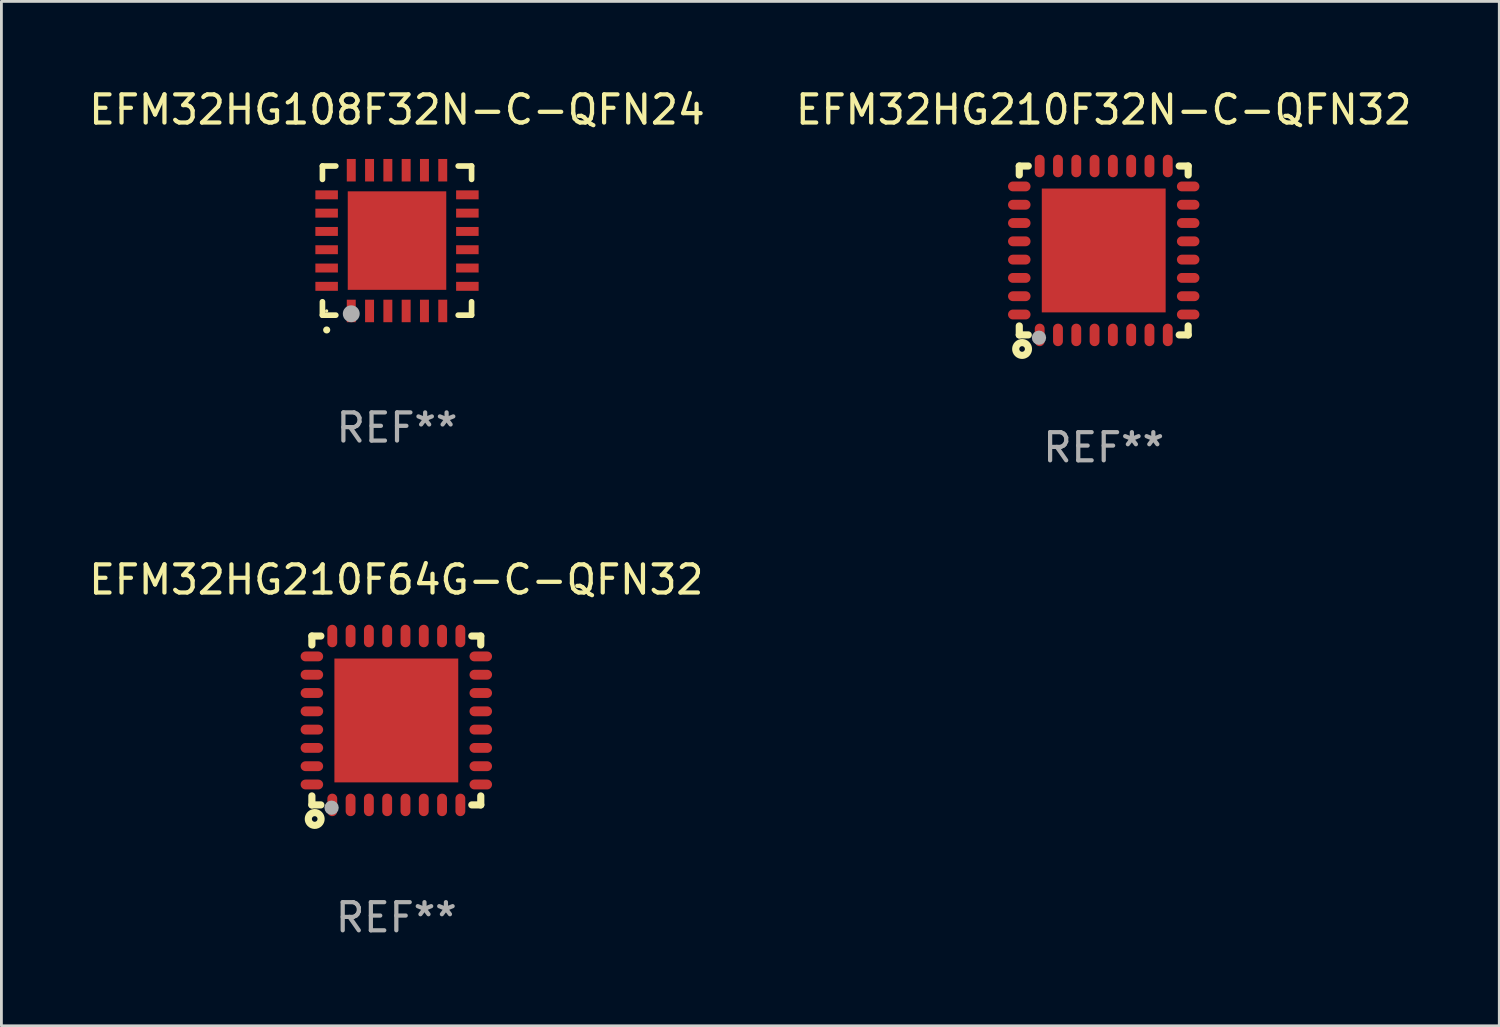
<source format=kicad_pcb>
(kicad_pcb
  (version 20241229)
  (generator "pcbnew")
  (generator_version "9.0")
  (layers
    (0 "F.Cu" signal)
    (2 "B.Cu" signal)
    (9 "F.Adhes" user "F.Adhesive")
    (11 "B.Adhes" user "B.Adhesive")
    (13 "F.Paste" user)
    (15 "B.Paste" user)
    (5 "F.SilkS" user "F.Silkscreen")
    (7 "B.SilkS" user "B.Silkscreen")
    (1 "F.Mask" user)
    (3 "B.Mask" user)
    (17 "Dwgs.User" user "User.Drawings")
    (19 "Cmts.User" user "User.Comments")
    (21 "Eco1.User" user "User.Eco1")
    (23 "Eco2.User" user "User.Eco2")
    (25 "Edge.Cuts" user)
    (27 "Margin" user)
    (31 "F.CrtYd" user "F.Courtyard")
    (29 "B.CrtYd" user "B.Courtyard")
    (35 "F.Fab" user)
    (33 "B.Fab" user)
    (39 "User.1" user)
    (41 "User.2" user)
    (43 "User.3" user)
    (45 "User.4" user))
  (footprint "EFM32HG108F32N-C-QFN24"
    (layer "F.Cu")
    (at 11.054 5.497)
    (property "Reference" "EFM32HG108F32N-C-QFN24" (at 0 -4.649 0) (layer "F.SilkS") (effects (font (size 1 1) (thickness 0.15))))
    (attr through_hole)
    (fp_line (start -2.649 -2.649) (end -2.649 -2.174) (stroke (width 0.201) (type solid)) (layer "F.SilkS"))
    (fp_line (start -2.649 2.649) (end -2.649 2.174) (stroke (width 0.201) (type solid)) (layer "F.SilkS"))
    (fp_line (start -2.174 -2.649) (end -2.649 -2.649) (stroke (width 0.201) (type solid)) (layer "F.SilkS"))
    (fp_line (start -2.174 2.649) (end -2.649 2.649) (stroke (width 0.201) (type solid)) (layer "F.SilkS"))
    (fp_line (start 2.649 -2.649) (end 2.174 -2.649) (stroke (width 0.201) (type solid)) (layer "F.SilkS"))
    (fp_line (start 2.649 -2.174) (end 2.649 -2.649) (stroke (width 0.201) (type solid)) (layer "F.SilkS"))
    (fp_line (start 2.649 2.174) (end 2.649 2.649) (stroke (width 0.201) (type solid)) (layer "F.SilkS"))
    (fp_line (start 2.649 2.649) (end 2.174 2.649) (stroke (width 0.201) (type solid)) (layer "F.SilkS"))
    (fp_arc (start -2.499365 3.175006) (mid -2.498095 3.175) (end -2.496825 3.175006) (stroke (width 0.24892) (type solid)) (layer "F.SilkS"))
    (fp_circle (center -2.5 2.5) (end -2.47 2.5) (stroke (width 0.06) (type solid)) (fill no) (layer "F.SilkS"))
    (fp_circle (center -1.625 2.6) (end -1.475 2.6) (stroke (width 0.3) (type solid)) (fill no) (layer "F.Fab"))
    (fp_text user "REF**" (at 0 6.649 0) (layer "F.Fab") (effects (font (size 1 1) (thickness 0.15))))
    (pad "1" smd rect (at -1.625 2.5 180) (size 0.318 0.8) (layers "F.Cu" "F.Mask" "F.Paste"))
    (pad "2" smd rect (at -0.975 2.5 180) (size 0.318 0.8) (layers "F.Cu" "F.Mask" "F.Paste"))
    (pad "3" smd rect (at -0.325 2.5 180) (size 0.318 0.8) (layers "F.Cu" "F.Mask" "F.Paste"))
    (pad "4" smd rect (at 0.325 2.5 180) (size 0.318 0.8) (layers "F.Cu" "F.Mask" "F.Paste"))
    (pad "5" smd rect (at 0.975 2.5 180) (size 0.318 0.8) (layers "F.Cu" "F.Mask" "F.Paste"))
    (pad "6" smd rect (at 1.625 2.5 180) (size 0.318 0.8) (layers "F.Cu" "F.Mask" "F.Paste"))
    (pad "7" smd rect (at 2.5 1.625 90) (size 0.318 0.8) (layers "F.Cu" "F.Mask" "F.Paste"))
    (pad "8" smd rect (at 2.5 0.975 90) (size 0.318 0.8) (layers "F.Cu" "F.Mask" "F.Paste"))
    (pad "9" smd rect (at 2.5 0.325 90) (size 0.318 0.8) (layers "F.Cu" "F.Mask" "F.Paste"))
    (pad "10" smd rect (at 2.5 -0.325 90) (size 0.318 0.8) (layers "F.Cu" "F.Mask" "F.Paste"))
    (pad "11" smd rect (at 2.5 -0.975 90) (size 0.318 0.8) (layers "F.Cu" "F.Mask" "F.Paste"))
    (pad "12" smd rect (at 2.5 -1.625 90) (size 0.318 0.8) (layers "F.Cu" "F.Mask" "F.Paste"))
    (pad "13" smd rect (at 1.625 -2.5 180) (size 0.318 0.8) (layers "F.Cu" "F.Mask" "F.Paste"))
    (pad "14" smd rect (at 0.975 -2.5 180) (size 0.318 0.8) (layers "F.Cu" "F.Mask" "F.Paste"))
    (pad "15" smd rect (at 0.325 -2.5 180) (size 0.318 0.8) (layers "F.Cu" "F.Mask" "F.Paste"))
    (pad "16" smd rect (at -0.325 -2.5 180) (size 0.318 0.8) (layers "F.Cu" "F.Mask" "F.Paste"))
    (pad "17" smd rect (at -0.975 -2.5 180) (size 0.318 0.8) (layers "F.Cu" "F.Mask" "F.Paste"))
    (pad "18" smd rect (at -1.625 -2.5 180) (size 0.318 0.8) (layers "F.Cu" "F.Mask" "F.Paste"))
    (pad "19" smd rect (at -2.5 -1.625 90) (size 0.318 0.8) (layers "F.Cu" "F.Mask" "F.Paste"))
    (pad "20" smd rect (at -2.5 -0.975 90) (size 0.318 0.8) (layers "F.Cu" "F.Mask" "F.Paste"))
    (pad "21" smd rect (at -2.5 -0.325 90) (size 0.318 0.8) (layers "F.Cu" "F.Mask" "F.Paste"))
    (pad "22" smd rect (at -2.5 0.325 90) (size 0.318 0.8) (layers "F.Cu" "F.Mask" "F.Paste"))
    (pad "23" smd rect (at -2.5 0.975 90) (size 0.318 0.8) (layers "F.Cu" "F.Mask" "F.Paste"))
    (pad "24" smd rect (at -2.5 1.625 90) (size 0.318 0.8) (layers "F.Cu" "F.Mask" "F.Paste"))
    (pad "25" smd rect (at 0.000203 0 90) (size 3.5 3.5) (layers "F.Cu" "F.Mask" "F.Paste")))
  (footprint "EFM32HG210F64G-C-QFN32"
    (layer "F.Cu")
    (at 11.03 22.545)
    (property "Reference" "EFM32HG210F64G-C-QFN32" (at 0 -5 0) (layer "F.SilkS") (effects (font (size 1 1) (thickness 0.15))))
    (attr through_hole)
    (fp_line (start -3 -3) (end -3 -2.681) (stroke (width 0.254) (type solid)) (layer "F.SilkS"))
    (fp_line (start -3 -3) (end -2.681 -3) (stroke (width 0.254) (type solid)) (layer "F.SilkS"))
    (fp_line (start -3 2.681) (end -3 3) (stroke (width 0.254) (type solid)) (layer "F.SilkS"))
    (fp_line (start -3 3) (end -2.681 3) (stroke (width 0.254) (type solid)) (layer "F.SilkS"))
    (fp_line (start 2.681 -3) (end 3 -3) (stroke (width 0.254) (type solid)) (layer "F.SilkS"))
    (fp_line (start 2.681 3) (end 3 3) (stroke (width 0.254) (type solid)) (layer "F.SilkS"))
    (fp_line (start 3 -3) (end 3 -2.681) (stroke (width 0.254) (type solid)) (layer "F.SilkS"))
    (fp_line (start 3 2.681) (end 3 3) (stroke (width 0.254) (type solid)) (layer "F.SilkS"))
    (fp_circle (center -3 3) (end -2.97 3) (stroke (width 0.06) (type solid)) (fill no) (layer "F.SilkS"))
    (fp_circle (center -2.9 3.5) (end -2.8 3.5) (stroke (width 0.254) (type solid)) (fill no) (layer "F.SilkS"))
    (fp_circle (center -2.3 3.1) (end -2.173 3.1) (stroke (width 0.254) (type solid)) (fill no) (layer "F.Fab"))
    (fp_text user "REF**" (at 0 7 0) (layer "F.Fab") (effects (font (size 1 1) (thickness 0.15))))
    (pad "1" smd oval (at -2.275 3 180) (size 0.35 0.8) (layers "F.Cu" "F.Mask" "F.Paste"))
    (pad "2" smd oval (at -1.625 3 180) (size 0.35 0.8) (layers "F.Cu" "F.Mask" "F.Paste"))
    (pad "3" smd oval (at -0.975 3 180) (size 0.35 0.8) (layers "F.Cu" "F.Mask" "F.Paste"))
    (pad "4" smd oval (at -0.325 3 180) (size 0.35 0.8) (layers "F.Cu" "F.Mask" "F.Paste"))
    (pad "5" smd oval (at 0.325 3 180) (size 0.35 0.8) (layers "F.Cu" "F.Mask" "F.Paste"))
    (pad "6" smd oval (at 0.975 3 180) (size 0.35 0.8) (layers "F.Cu" "F.Mask" "F.Paste"))
    (pad "7" smd oval (at 1.625 3 180) (size 0.35 0.8) (layers "F.Cu" "F.Mask" "F.Paste"))
    (pad "8" smd oval (at 2.275 3 180) (size 0.35 0.8) (layers "F.Cu" "F.Mask" "F.Paste"))
    (pad "9" smd oval (at 3 2.275 90) (size 0.35 0.8) (layers "F.Cu" "F.Mask" "F.Paste"))
    (pad "10" smd oval (at 3 1.625 90) (size 0.35 0.8) (layers "F.Cu" "F.Mask" "F.Paste"))
    (pad "11" smd oval (at 3 0.975 90) (size 0.35 0.8) (layers "F.Cu" "F.Mask" "F.Paste"))
    (pad "12" smd oval (at 3 0.325 90) (size 0.35 0.8) (layers "F.Cu" "F.Mask" "F.Paste"))
    (pad "13" smd oval (at 3 -0.325 90) (size 0.35 0.8) (layers "F.Cu" "F.Mask" "F.Paste"))
    (pad "14" smd oval (at 3 -0.975 90) (size 0.35 0.8) (layers "F.Cu" "F.Mask" "F.Paste"))
    (pad "15" smd oval (at 3 -1.625 90) (size 0.35 0.8) (layers "F.Cu" "F.Mask" "F.Paste"))
    (pad "16" smd oval (at 3 -2.275 90) (size 0.35 0.8) (layers "F.Cu" "F.Mask" "F.Paste"))
    (pad "17" smd oval (at 2.275 -3 180) (size 0.35 0.8) (layers "F.Cu" "F.Mask" "F.Paste"))
    (pad "18" smd oval (at 1.625 -3 180) (size 0.35 0.8) (layers "F.Cu" "F.Mask" "F.Paste"))
    (pad "19" smd oval (at 0.975 -3 180) (size 0.35 0.8) (layers "F.Cu" "F.Mask" "F.Paste"))
    (pad "20" smd oval (at 0.325 -3 180) (size 0.35 0.8) (layers "F.Cu" "F.Mask" "F.Paste"))
    (pad "21" smd oval (at -0.325 -3 180) (size 0.35 0.8) (layers "F.Cu" "F.Mask" "F.Paste"))
    (pad "22" smd oval (at -0.975 -3 180) (size 0.35 0.8) (layers "F.Cu" "F.Mask" "F.Paste"))
    (pad "23" smd oval (at -1.625 -3 180) (size 0.35 0.8) (layers "F.Cu" "F.Mask" "F.Paste"))
    (pad "24" smd oval (at -2.275 -3 180) (size 0.35 0.8) (layers "F.Cu" "F.Mask" "F.Paste"))
    (pad "25" smd oval (at -3 -2.275 90) (size 0.35 0.8) (layers "F.Cu" "F.Mask" "F.Paste"))
    (pad "26" smd oval (at -3 -1.625 90) (size 0.35 0.8) (layers "F.Cu" "F.Mask" "F.Paste"))
    (pad "27" smd oval (at -3 -0.975 90) (size 0.35 0.8) (layers "F.Cu" "F.Mask" "F.Paste"))
    (pad "28" smd oval (at -3 -0.325 90) (size 0.35 0.8) (layers "F.Cu" "F.Mask" "F.Paste"))
    (pad "29" smd oval (at -3 0.325 90) (size 0.35 0.8) (layers "F.Cu" "F.Mask" "F.Paste"))
    (pad "30" smd oval (at -3 0.975 90) (size 0.35 0.8) (layers "F.Cu" "F.Mask" "F.Paste"))
    (pad "31" smd oval (at -3 1.625 90) (size 0.35 0.8) (layers "F.Cu" "F.Mask" "F.Paste"))
    (pad "32" smd oval (at -3 2.275 90) (size 0.35 0.8) (layers "F.Cu" "F.Mask" "F.Paste"))
    (pad "33" smd rect (at 0.000038 0.000038 90) (size 4.4 4.4) (layers "F.Cu" "F.Mask" "F.Paste")))
  (footprint "EFM32HG210F32N-C-QFN32"
    (layer "F.Cu")
    (at 36.161 5.848)
    (property "Reference" "EFM32HG210F32N-C-QFN32" (at 0 -5 0) (layer "F.SilkS") (effects (font (size 1 1) (thickness 0.15))))
    (attr through_hole)
    (fp_line (start -3 -3) (end -3 -2.681) (stroke (width 0.254) (type solid)) (layer "F.SilkS"))
    (fp_line (start -3 -3) (end -2.681 -3) (stroke (width 0.254) (type solid)) (layer "F.SilkS"))
    (fp_line (start -3 2.681) (end -3 3) (stroke (width 0.254) (type solid)) (layer "F.SilkS"))
    (fp_line (start -3 3) (end -2.681 3) (stroke (width 0.254) (type solid)) (layer "F.SilkS"))
    (fp_line (start 2.681 -3) (end 3 -3) (stroke (width 0.254) (type solid)) (layer "F.SilkS"))
    (fp_line (start 2.681 3) (end 3 3) (stroke (width 0.254) (type solid)) (layer "F.SilkS"))
    (fp_line (start 3 -3) (end 3 -2.681) (stroke (width 0.254) (type solid)) (layer "F.SilkS"))
    (fp_line (start 3 2.681) (end 3 3) (stroke (width 0.254) (type solid)) (layer "F.SilkS"))
    (fp_circle (center -3 3) (end -2.97 3) (stroke (width 0.06) (type solid)) (fill no) (layer "F.SilkS"))
    (fp_circle (center -2.9 3.5) (end -2.8 3.5) (stroke (width 0.254) (type solid)) (fill no) (layer "F.SilkS"))
    (fp_circle (center -2.3 3.1) (end -2.173 3.1) (stroke (width 0.254) (type solid)) (fill no) (layer "F.Fab"))
    (fp_text user "REF**" (at 0 7 0) (layer "F.Fab") (effects (font (size 1 1) (thickness 0.15))))
    (pad "1" smd oval (at -2.275 3 180) (size 0.35 0.8) (layers "F.Cu" "F.Mask" "F.Paste"))
    (pad "2" smd oval (at -1.625 3 180) (size 0.35 0.8) (layers "F.Cu" "F.Mask" "F.Paste"))
    (pad "3" smd oval (at -0.975 3 180) (size 0.35 0.8) (layers "F.Cu" "F.Mask" "F.Paste"))
    (pad "4" smd oval (at -0.325 3 180) (size 0.35 0.8) (layers "F.Cu" "F.Mask" "F.Paste"))
    (pad "5" smd oval (at 0.325 3 180) (size 0.35 0.8) (layers "F.Cu" "F.Mask" "F.Paste"))
    (pad "6" smd oval (at 0.975 3 180) (size 0.35 0.8) (layers "F.Cu" "F.Mask" "F.Paste"))
    (pad "7" smd oval (at 1.625 3 180) (size 0.35 0.8) (layers "F.Cu" "F.Mask" "F.Paste"))
    (pad "8" smd oval (at 2.275 3 180) (size 0.35 0.8) (layers "F.Cu" "F.Mask" "F.Paste"))
    (pad "9" smd oval (at 3 2.275 90) (size 0.35 0.8) (layers "F.Cu" "F.Mask" "F.Paste"))
    (pad "10" smd oval (at 3 1.625 90) (size 0.35 0.8) (layers "F.Cu" "F.Mask" "F.Paste"))
    (pad "11" smd oval (at 3 0.975 90) (size 0.35 0.8) (layers "F.Cu" "F.Mask" "F.Paste"))
    (pad "12" smd oval (at 3 0.325 90) (size 0.35 0.8) (layers "F.Cu" "F.Mask" "F.Paste"))
    (pad "13" smd oval (at 3 -0.325 90) (size 0.35 0.8) (layers "F.Cu" "F.Mask" "F.Paste"))
    (pad "14" smd oval (at 3 -0.975 90) (size 0.35 0.8) (layers "F.Cu" "F.Mask" "F.Paste"))
    (pad "15" smd oval (at 3 -1.625 90) (size 0.35 0.8) (layers "F.Cu" "F.Mask" "F.Paste"))
    (pad "16" smd oval (at 3 -2.275 90) (size 0.35 0.8) (layers "F.Cu" "F.Mask" "F.Paste"))
    (pad "17" smd oval (at 2.275 -3 180) (size 0.35 0.8) (layers "F.Cu" "F.Mask" "F.Paste"))
    (pad "18" smd oval (at 1.625 -3 180) (size 0.35 0.8) (layers "F.Cu" "F.Mask" "F.Paste"))
    (pad "19" smd oval (at 0.975 -3 180) (size 0.35 0.8) (layers "F.Cu" "F.Mask" "F.Paste"))
    (pad "20" smd oval (at 0.325 -3 180) (size 0.35 0.8) (layers "F.Cu" "F.Mask" "F.Paste"))
    (pad "21" smd oval (at -0.325 -3 180) (size 0.35 0.8) (layers "F.Cu" "F.Mask" "F.Paste"))
    (pad "22" smd oval (at -0.975 -3 180) (size 0.35 0.8) (layers "F.Cu" "F.Mask" "F.Paste"))
    (pad "23" smd oval (at -1.625 -3 180) (size 0.35 0.8) (layers "F.Cu" "F.Mask" "F.Paste"))
    (pad "24" smd oval (at -2.275 -3 180) (size 0.35 0.8) (layers "F.Cu" "F.Mask" "F.Paste"))
    (pad "25" smd oval (at -3 -2.275 90) (size 0.35 0.8) (layers "F.Cu" "F.Mask" "F.Paste"))
    (pad "26" smd oval (at -3 -1.625 90) (size 0.35 0.8) (layers "F.Cu" "F.Mask" "F.Paste"))
    (pad "27" smd oval (at -3 -0.975 90) (size 0.35 0.8) (layers "F.Cu" "F.Mask" "F.Paste"))
    (pad "28" smd oval (at -3 -0.325 90) (size 0.35 0.8) (layers "F.Cu" "F.Mask" "F.Paste"))
    (pad "29" smd oval (at -3 0.325 90) (size 0.35 0.8) (layers "F.Cu" "F.Mask" "F.Paste"))
    (pad "30" smd oval (at -3 0.975 90) (size 0.35 0.8) (layers "F.Cu" "F.Mask" "F.Paste"))
    (pad "31" smd oval (at -3 1.625 90) (size 0.35 0.8) (layers "F.Cu" "F.Mask" "F.Paste"))
    (pad "32" smd oval (at -3 2.275 90) (size 0.35 0.8) (layers "F.Cu" "F.Mask" "F.Paste"))
    (pad "33" smd rect (at 0.000038 0.000038 90) (size 4.4 4.4) (layers "F.Cu" "F.Mask" "F.Paste")))
  (gr_rect
    (start -3 -3)
    (end 50.214 33.393)
    (stroke (width 0.1) (type default))
    (fill no)
    (layer "Edge.Cuts")))
</source>
